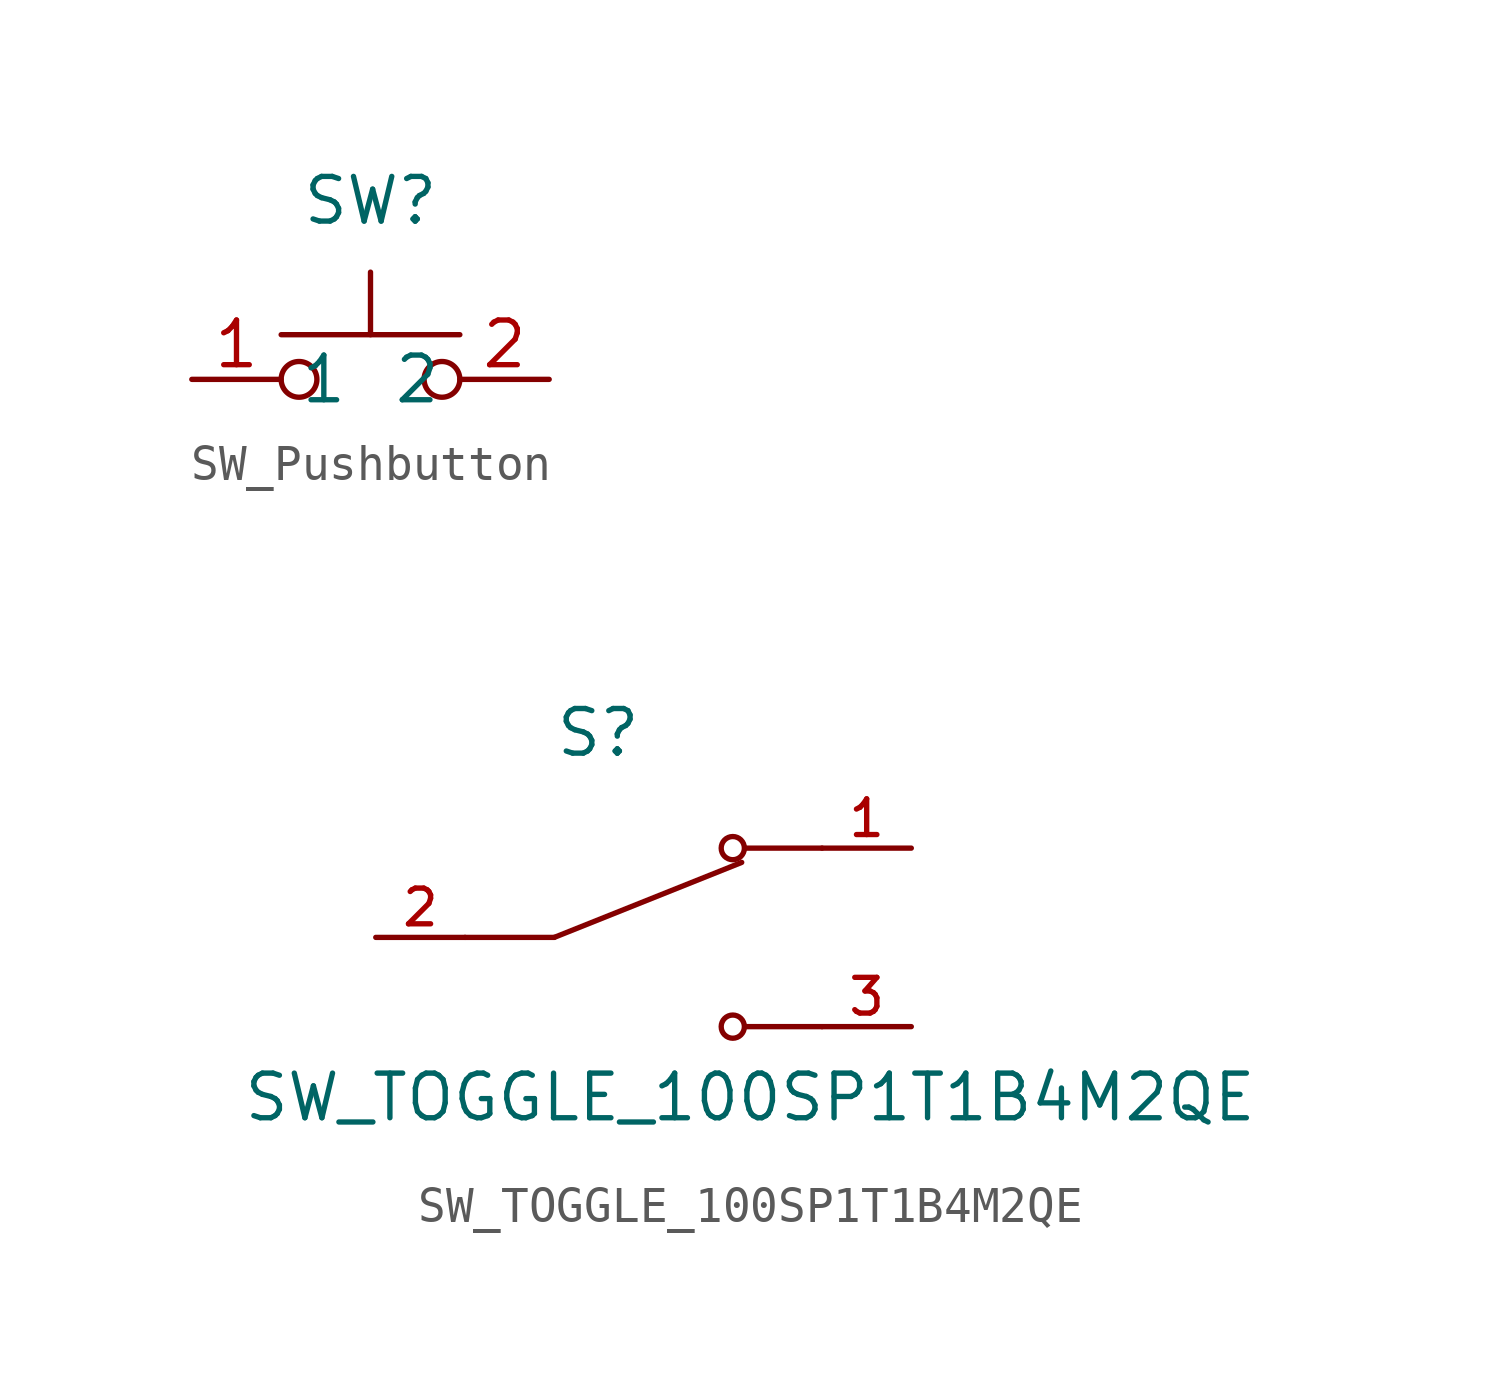
<source format=kicad_sym>
(kicad_symbol_lib
  (version 20220914)
  (generator kicad_symbol_editor)
  (symbol "SW_Pushbutton"
    (property "Reference" "SW"
      (at 0 5.08 0)
      (effects (font (size 1.27 1.27))))
    (property "Value" ""
      (at 0 0 0)
      (effects (font (size 1.27 1.27))))
    (symbol "SW_Pushbutton_0_1"
      (circle (center -2.032 0) (radius 0.508) (stroke (width 0) (type default)) (fill (type none)))
      (polyline (pts (xy 0 1.27) (xy 0 3.048)) (stroke (width 0) (type default)) (fill (type none)))
      (polyline (pts (xy 2.54 1.27) (xy -2.54 1.27)) (stroke (width 0) (type default)) (fill (type none)))
      (circle (center 2.032 0) (radius 0.508) (stroke (width 0) (type default)) (fill (type none)))
      (pin passive line (at -5.08 0 0) (length 2.54) (name "1" (effects (font (size 1.27 1.27)))) (number "1" (effects (font (size 1.27 1.27))))))
    (symbol "SW_Pushbutton_1_1"
      (pin passive line (at 5.08 0 180) (length 2.54) (name "2" (effects (font (size 1.27 1.27)))) (number "2" (effects (font (size 1.27 1.27)))))))
  (symbol "SW_TOGGLE_100SP1T1B4M2QE"
    (pin_names
      (offset 1.016))
    (property "Reference" "S"
      (at -2.54 5.08 0)
      (effects (font (size 1.27 1.27)) (justify left bottom)))
    (property "Value" "SW_TOGGLE_100SP1T1B4M2QE"
      (at -11.43 -3.81 0)
      (effects (font (size 1.27 1.27)) (justify left top)))
    (symbol "SW_TOGGLE_100SP1T1B4M2QE_0_0"
      (polyline (pts (xy -2.54 0) (xy -5.08 0)) (stroke (width 0.152) (type default)) (fill (type none)))
      (polyline (pts (xy -2.54 0) (xy 2.794 2.134)) (stroke (width 0.152) (type default)) (fill (type none)))
      (polyline (pts (xy 5.08 -2.54) (xy 2.921 -2.54)) (stroke (width 0.152) (type default)) (fill (type none)))
      (polyline (pts (xy 5.08 2.54) (xy 2.921 2.54)) (stroke (width 0.152) (type default)) (fill (type none)))
      (circle (center 2.54 -2.54) (radius 0.33) (stroke (width 0.152) (type default)) (fill (type none)))
      (circle (center 2.54 2.54) (radius 0.33) (stroke (width 0.152) (type default)) (fill (type none)))
      (pin passive line (at 7.62 2.54 180) (length 2.54) (name "~" (effects (font (size 1.016 1.016)))) (number "1" (effects (font (size 1.016 1.016)))))
      (pin passive line (at -7.62 0 0) (length 2.54) (name "~" (effects (font (size 1.016 1.016)))) (number "2" (effects (font (size 1.016 1.016)))))
      (pin passive line (at 7.62 -2.54 180) (length 2.54) (name "~" (effects (font (size 1.016 1.016)))) (number "3" (effects (font (size 1.016 1.016))))))))
</source>
